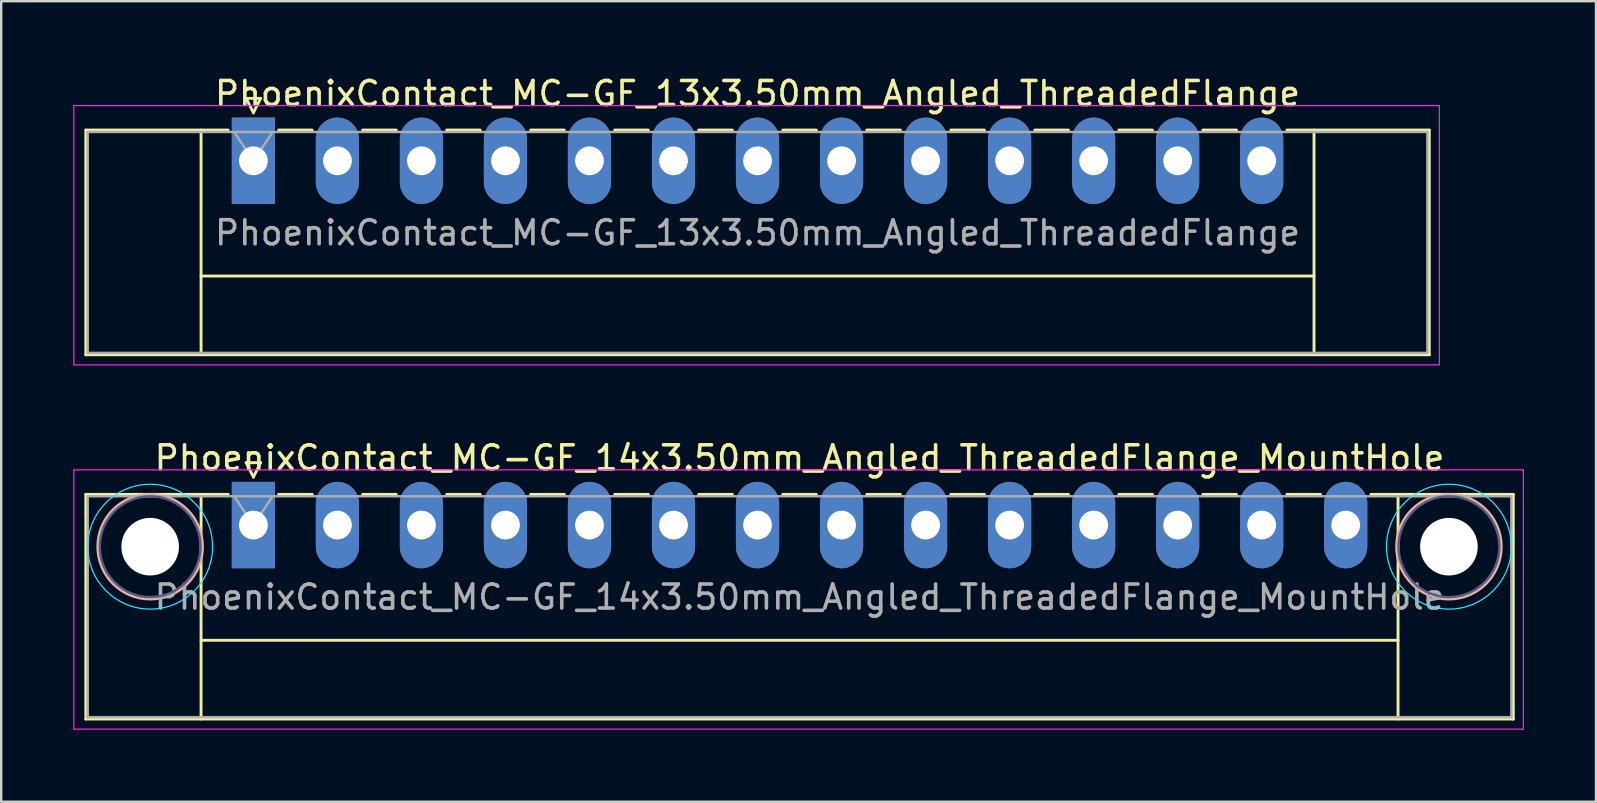
<source format=kicad_pcb>
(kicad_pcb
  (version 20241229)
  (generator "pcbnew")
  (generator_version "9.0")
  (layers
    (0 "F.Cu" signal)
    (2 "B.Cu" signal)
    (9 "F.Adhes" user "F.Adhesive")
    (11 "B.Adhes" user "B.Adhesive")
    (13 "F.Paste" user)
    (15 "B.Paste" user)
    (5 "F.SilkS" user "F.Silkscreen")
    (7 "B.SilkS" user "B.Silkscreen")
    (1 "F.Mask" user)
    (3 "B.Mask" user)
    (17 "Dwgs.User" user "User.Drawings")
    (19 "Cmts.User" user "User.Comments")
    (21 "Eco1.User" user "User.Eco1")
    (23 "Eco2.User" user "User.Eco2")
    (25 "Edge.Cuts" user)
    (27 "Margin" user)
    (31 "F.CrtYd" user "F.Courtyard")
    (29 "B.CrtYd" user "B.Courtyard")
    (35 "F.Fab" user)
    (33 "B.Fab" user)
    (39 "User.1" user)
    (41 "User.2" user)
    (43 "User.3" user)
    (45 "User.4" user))
  (footprint "PhoenixContact_MC-GF_13x3.50mm_Angled_ThreadedFlange"
    (layer "F.Cu")
    (at 7.505 3.648)
    (property "Reference" "PhoenixContact_MC-GF_13x3.50mm_Angled_ThreadedFlange" (at 21 -2.8 0) (layer "F.SilkS") (effects (font (size 1 1) (thickness 0.15))))
    (attr through_hole)
    (fp_line (start -6.98 -1.28) (end -6.98 8.08) (stroke (width 0.12) (type solid)) (layer "F.SilkS"))
    (fp_line (start -6.98 -1.28) (end -1.05 -1.28) (stroke (width 0.12) (type solid)) (layer "F.SilkS"))
    (fp_line (start -6.98 8.08) (end 48.98 8.08) (stroke (width 0.12) (type solid)) (layer "F.SilkS"))
    (fp_line (start -2.18 -1.28) (end -2.18 8.08) (stroke (width 0.12) (type solid)) (layer "F.SilkS"))
    (fp_line (start -2.18 4.8) (end 44.18 4.8) (stroke (width 0.12) (type solid)) (layer "F.SilkS"))
    (fp_line (start -0.3 -2.6) (end 0.3 -2.6) (stroke (width 0.12) (type solid)) (layer "F.SilkS"))
    (fp_line (start 0 -2) (end -0.3 -2.6) (stroke (width 0.12) (type solid)) (layer "F.SilkS"))
    (fp_line (start 0.3 -2.6) (end 0 -2) (stroke (width 0.12) (type solid)) (layer "F.SilkS"))
    (fp_line (start 1.05 -1.28) (end 2.45 -1.28) (stroke (width 0.12) (type solid)) (layer "F.SilkS"))
    (fp_line (start 4.55 -1.28) (end 5.95 -1.28) (stroke (width 0.12) (type solid)) (layer "F.SilkS"))
    (fp_line (start 8.05 -1.28) (end 9.45 -1.28) (stroke (width 0.12) (type solid)) (layer "F.SilkS"))
    (fp_line (start 11.55 -1.28) (end 12.95 -1.28) (stroke (width 0.12) (type solid)) (layer "F.SilkS"))
    (fp_line (start 15.05 -1.28) (end 16.45 -1.28) (stroke (width 0.12) (type solid)) (layer "F.SilkS"))
    (fp_line (start 18.55 -1.28) (end 19.95 -1.28) (stroke (width 0.12) (type solid)) (layer "F.SilkS"))
    (fp_line (start 22.05 -1.28) (end 23.45 -1.28) (stroke (width 0.12) (type solid)) (layer "F.SilkS"))
    (fp_line (start 25.55 -1.28) (end 26.95 -1.28) (stroke (width 0.12) (type solid)) (layer "F.SilkS"))
    (fp_line (start 29.05 -1.28) (end 30.45 -1.28) (stroke (width 0.12) (type solid)) (layer "F.SilkS"))
    (fp_line (start 32.55 -1.28) (end 33.95 -1.28) (stroke (width 0.12) (type solid)) (layer "F.SilkS"))
    (fp_line (start 36.05 -1.28) (end 37.45 -1.28) (stroke (width 0.12) (type solid)) (layer "F.SilkS"))
    (fp_line (start 39.55 -1.28) (end 40.95 -1.28) (stroke (width 0.12) (type solid)) (layer "F.SilkS"))
    (fp_line (start 44.18 -1.28) (end 44.18 8.08) (stroke (width 0.12) (type solid)) (layer "F.SilkS"))
    (fp_line (start 48.98 -1.28) (end 43.05 -1.28) (stroke (width 0.12) (type solid)) (layer "F.SilkS"))
    (fp_line (start 48.98 8.08) (end 48.98 -1.28) (stroke (width 0.12) (type solid)) (layer "F.SilkS"))
    (fp_line (start -7.48 -2.3) (end -7.48 8.5) (stroke (width 0.05) (type solid)) (layer "F.CrtYd"))
    (fp_line (start -7.48 8.5) (end 49.4 8.5) (stroke (width 0.05) (type solid)) (layer "F.CrtYd"))
    (fp_line (start 49.4 -2.3) (end -7.48 -2.3) (stroke (width 0.05) (type solid)) (layer "F.CrtYd"))
    (fp_line (start 49.4 8.5) (end 49.4 -2.3) (stroke (width 0.05) (type solid)) (layer "F.CrtYd"))
    (fp_line (start -6.9 -1.2) (end -6.9 8) (stroke (width 0.1) (type solid)) (layer "F.Fab"))
    (fp_line (start -6.9 8) (end 48.9 8) (stroke (width 0.1) (type solid)) (layer "F.Fab"))
    (fp_line (start 0 0) (end -0.8 -1.2) (stroke (width 0.1) (type solid)) (layer "F.Fab"))
    (fp_line (start 0.8 -1.2) (end 0 0) (stroke (width 0.1) (type solid)) (layer "F.Fab"))
    (fp_line (start 48.9 -1.2) (end -6.9 -1.2) (stroke (width 0.1) (type solid)) (layer "F.Fab"))
    (fp_line (start 48.9 8) (end 48.9 -1.2) (stroke (width 0.1) (type solid)) (layer "F.Fab"))
    (fp_text user "${REFERENCE}" (at 21 3 0) (layer "F.Fab") (effects (font (size 1 1) (thickness 0.15))))
    (pad "1" thru_hole rect (at 0 0) (size 1.8 3.6) (drill 1.2) (layers "*.Cu" "*.Mask"))
    (pad "2" thru_hole oval (at 3.5 0) (size 1.8 3.6) (drill 1.2) (layers "*.Cu" "*.Mask"))
    (pad "3" thru_hole oval (at 7 0) (size 1.8 3.6) (drill 1.2) (layers "*.Cu" "*.Mask"))
    (pad "4" thru_hole oval (at 10.5 0) (size 1.8 3.6) (drill 1.2) (layers "*.Cu" "*.Mask"))
    (pad "5" thru_hole oval (at 14 0) (size 1.8 3.6) (drill 1.2) (layers "*.Cu" "*.Mask"))
    (pad "6" thru_hole oval (at 17.5 0) (size 1.8 3.6) (drill 1.2) (layers "*.Cu" "*.Mask"))
    (pad "7" thru_hole oval (at 21 0) (size 1.8 3.6) (drill 1.2) (layers "*.Cu" "*.Mask"))
    (pad "8" thru_hole oval (at 24.5 0) (size 1.8 3.6) (drill 1.2) (layers "*.Cu" "*.Mask"))
    (pad "9" thru_hole oval (at 28 0) (size 1.8 3.6) (drill 1.2) (layers "*.Cu" "*.Mask"))
    (pad "10" thru_hole oval (at 31.5 0) (size 1.8 3.6) (drill 1.2) (layers "*.Cu" "*.Mask"))
    (pad "11" thru_hole oval (at 35 0) (size 1.8 3.6) (drill 1.2) (layers "*.Cu" "*.Mask"))
    (pad "12" thru_hole oval (at 38.5 0) (size 1.8 3.6) (drill 1.2) (layers "*.Cu" "*.Mask"))
    (pad "13" thru_hole oval (at 42 0) (size 1.8 3.6) (drill 1.2) (layers "*.Cu" "*.Mask")))
  (footprint "PhoenixContact_MC-GF_14x3.50mm_Angled_ThreadedFlange_MountHole"
    (layer "F.Cu")
    (at 7.505 18.822)
    (property "Reference" "PhoenixContact_MC-GF_14x3.50mm_Angled_ThreadedFlange_MountHole" (at 22.75 -2.8 0) (layer "F.SilkS") (effects (font (size 1 1) (thickness 0.15))))
    (attr through_hole)
    (fp_line (start -6.98 -1.28) (end -6.98 8.08) (stroke (width 0.12) (type solid)) (layer "F.SilkS"))
    (fp_line (start -6.98 -1.28) (end -1.05 -1.28) (stroke (width 0.12) (type solid)) (layer "F.SilkS"))
    (fp_line (start -6.98 8.08) (end 52.48 8.08) (stroke (width 0.12) (type solid)) (layer "F.SilkS"))
    (fp_line (start -2.18 -1.28) (end -2.18 8.08) (stroke (width 0.12) (type solid)) (layer "F.SilkS"))
    (fp_line (start -2.18 4.8) (end 47.68 4.8) (stroke (width 0.12) (type solid)) (layer "F.SilkS"))
    (fp_line (start -0.3 -2.6) (end 0.3 -2.6) (stroke (width 0.12) (type solid)) (layer "F.SilkS"))
    (fp_line (start 0 -2) (end -0.3 -2.6) (stroke (width 0.12) (type solid)) (layer "F.SilkS"))
    (fp_line (start 0.3 -2.6) (end 0 -2) (stroke (width 0.12) (type solid)) (layer "F.SilkS"))
    (fp_line (start 1.05 -1.28) (end 2.45 -1.28) (stroke (width 0.12) (type solid)) (layer "F.SilkS"))
    (fp_line (start 4.55 -1.28) (end 5.95 -1.28) (stroke (width 0.12) (type solid)) (layer "F.SilkS"))
    (fp_line (start 8.05 -1.28) (end 9.45 -1.28) (stroke (width 0.12) (type solid)) (layer "F.SilkS"))
    (fp_line (start 11.55 -1.28) (end 12.95 -1.28) (stroke (width 0.12) (type solid)) (layer "F.SilkS"))
    (fp_line (start 15.05 -1.28) (end 16.45 -1.28) (stroke (width 0.12) (type solid)) (layer "F.SilkS"))
    (fp_line (start 18.55 -1.28) (end 19.95 -1.28) (stroke (width 0.12) (type solid)) (layer "F.SilkS"))
    (fp_line (start 22.05 -1.28) (end 23.45 -1.28) (stroke (width 0.12) (type solid)) (layer "F.SilkS"))
    (fp_line (start 25.55 -1.28) (end 26.95 -1.28) (stroke (width 0.12) (type solid)) (layer "F.SilkS"))
    (fp_line (start 29.05 -1.28) (end 30.45 -1.28) (stroke (width 0.12) (type solid)) (layer "F.SilkS"))
    (fp_line (start 32.55 -1.28) (end 33.95 -1.28) (stroke (width 0.12) (type solid)) (layer "F.SilkS"))
    (fp_line (start 36.05 -1.28) (end 37.45 -1.28) (stroke (width 0.12) (type solid)) (layer "F.SilkS"))
    (fp_line (start 39.55 -1.28) (end 40.95 -1.28) (stroke (width 0.12) (type solid)) (layer "F.SilkS"))
    (fp_line (start 43.05 -1.28) (end 44.45 -1.28) (stroke (width 0.12) (type solid)) (layer "F.SilkS"))
    (fp_line (start 47.68 -1.28) (end 47.68 8.08) (stroke (width 0.12) (type solid)) (layer "F.SilkS"))
    (fp_line (start 52.48 -1.28) (end 46.55 -1.28) (stroke (width 0.12) (type solid)) (layer "F.SilkS"))
    (fp_line (start 52.48 8.08) (end 52.48 -1.28) (stroke (width 0.12) (type solid)) (layer "F.SilkS"))
    (fp_circle (center -4.3 0.9) (end -2.12 0.9) (stroke (width 0.12) (type solid)) (fill no) (layer "B.SilkS"))
    (fp_circle (center 49.8 0.9) (end 51.98 0.9) (stroke (width 0.12) (type solid)) (fill no) (layer "B.SilkS"))
    (fp_circle (center -4.3 0.9) (end -1.7 0.9) (stroke (width 0.05) (type solid)) (fill no) (layer "B.CrtYd"))
    (fp_circle (center 49.8 0.9) (end 52.4 0.9) (stroke (width 0.05) (type solid)) (fill no) (layer "B.CrtYd"))
    (fp_line (start -7.48 -2.3) (end -7.48 8.5) (stroke (width 0.05) (type solid)) (layer "F.CrtYd"))
    (fp_line (start -7.48 8.5) (end 52.9 8.5) (stroke (width 0.05) (type solid)) (layer "F.CrtYd"))
    (fp_line (start 52.9 -2.3) (end -7.48 -2.3) (stroke (width 0.05) (type solid)) (layer "F.CrtYd"))
    (fp_line (start 52.9 8.5) (end 52.9 -2.3) (stroke (width 0.05) (type solid)) (layer "F.CrtYd"))
    (fp_circle (center -4.3 0.9) (end -2.2 0.9) (stroke (width 0.1) (type solid)) (fill no) (layer "B.Fab"))
    (fp_circle (center 49.8 0.9) (end 51.9 0.9) (stroke (width 0.1) (type solid)) (fill no) (layer "B.Fab"))
    (fp_line (start -6.9 -1.2) (end -6.9 8) (stroke (width 0.1) (type solid)) (layer "F.Fab"))
    (fp_line (start -6.9 8) (end 52.4 8) (stroke (width 0.1) (type solid)) (layer "F.Fab"))
    (fp_line (start 0 0) (end -0.8 -1.2) (stroke (width 0.1) (type solid)) (layer "F.Fab"))
    (fp_line (start 0.8 -1.2) (end 0 0) (stroke (width 0.1) (type solid)) (layer "F.Fab"))
    (fp_line (start 52.4 -1.2) (end -6.9 -1.2) (stroke (width 0.1) (type solid)) (layer "F.Fab"))
    (fp_line (start 52.4 8) (end 52.4 -1.2) (stroke (width 0.1) (type solid)) (layer "F.Fab"))
    (fp_text user "${REFERENCE}" (at 22.75 3 0) (layer "F.Fab") (effects (font (size 1 1) (thickness 0.15))))
    (pad "" np_thru_hole circle (at -4.3 0.9) (size 2.4 2.4) (drill 2.4) (layers "*.Cu" "*.Mask"))
    (pad "" np_thru_hole circle (at 49.8 0.9) (size 2.4 2.4) (drill 2.4) (layers "*.Cu" "*.Mask"))
    (pad "1" thru_hole rect (at 0 0) (size 1.8 3.6) (drill 1.2) (layers "*.Cu" "*.Mask"))
    (pad "2" thru_hole oval (at 3.5 0) (size 1.8 3.6) (drill 1.2) (layers "*.Cu" "*.Mask"))
    (pad "3" thru_hole oval (at 7 0) (size 1.8 3.6) (drill 1.2) (layers "*.Cu" "*.Mask"))
    (pad "4" thru_hole oval (at 10.5 0) (size 1.8 3.6) (drill 1.2) (layers "*.Cu" "*.Mask"))
    (pad "5" thru_hole oval (at 14 0) (size 1.8 3.6) (drill 1.2) (layers "*.Cu" "*.Mask"))
    (pad "6" thru_hole oval (at 17.5 0) (size 1.8 3.6) (drill 1.2) (layers "*.Cu" "*.Mask"))
    (pad "7" thru_hole oval (at 21 0) (size 1.8 3.6) (drill 1.2) (layers "*.Cu" "*.Mask"))
    (pad "8" thru_hole oval (at 24.5 0) (size 1.8 3.6) (drill 1.2) (layers "*.Cu" "*.Mask"))
    (pad "9" thru_hole oval (at 28 0) (size 1.8 3.6) (drill 1.2) (layers "*.Cu" "*.Mask"))
    (pad "10" thru_hole oval (at 31.5 0) (size 1.8 3.6) (drill 1.2) (layers "*.Cu" "*.Mask"))
    (pad "11" thru_hole oval (at 35 0) (size 1.8 3.6) (drill 1.2) (layers "*.Cu" "*.Mask"))
    (pad "12" thru_hole oval (at 38.5 0) (size 1.8 3.6) (drill 1.2) (layers "*.Cu" "*.Mask"))
    (pad "13" thru_hole oval (at 42 0) (size 1.8 3.6) (drill 1.2) (layers "*.Cu" "*.Mask"))
    (pad "14" thru_hole oval (at 45.5 0) (size 1.8 3.6) (drill 1.2) (layers "*.Cu" "*.Mask")))
  (gr_rect
    (start -3 -3)
    (end 63.43 30.346)
    (stroke (width 0.1) (type default))
    (fill no)
    (layer "Edge.Cuts")))
</source>
